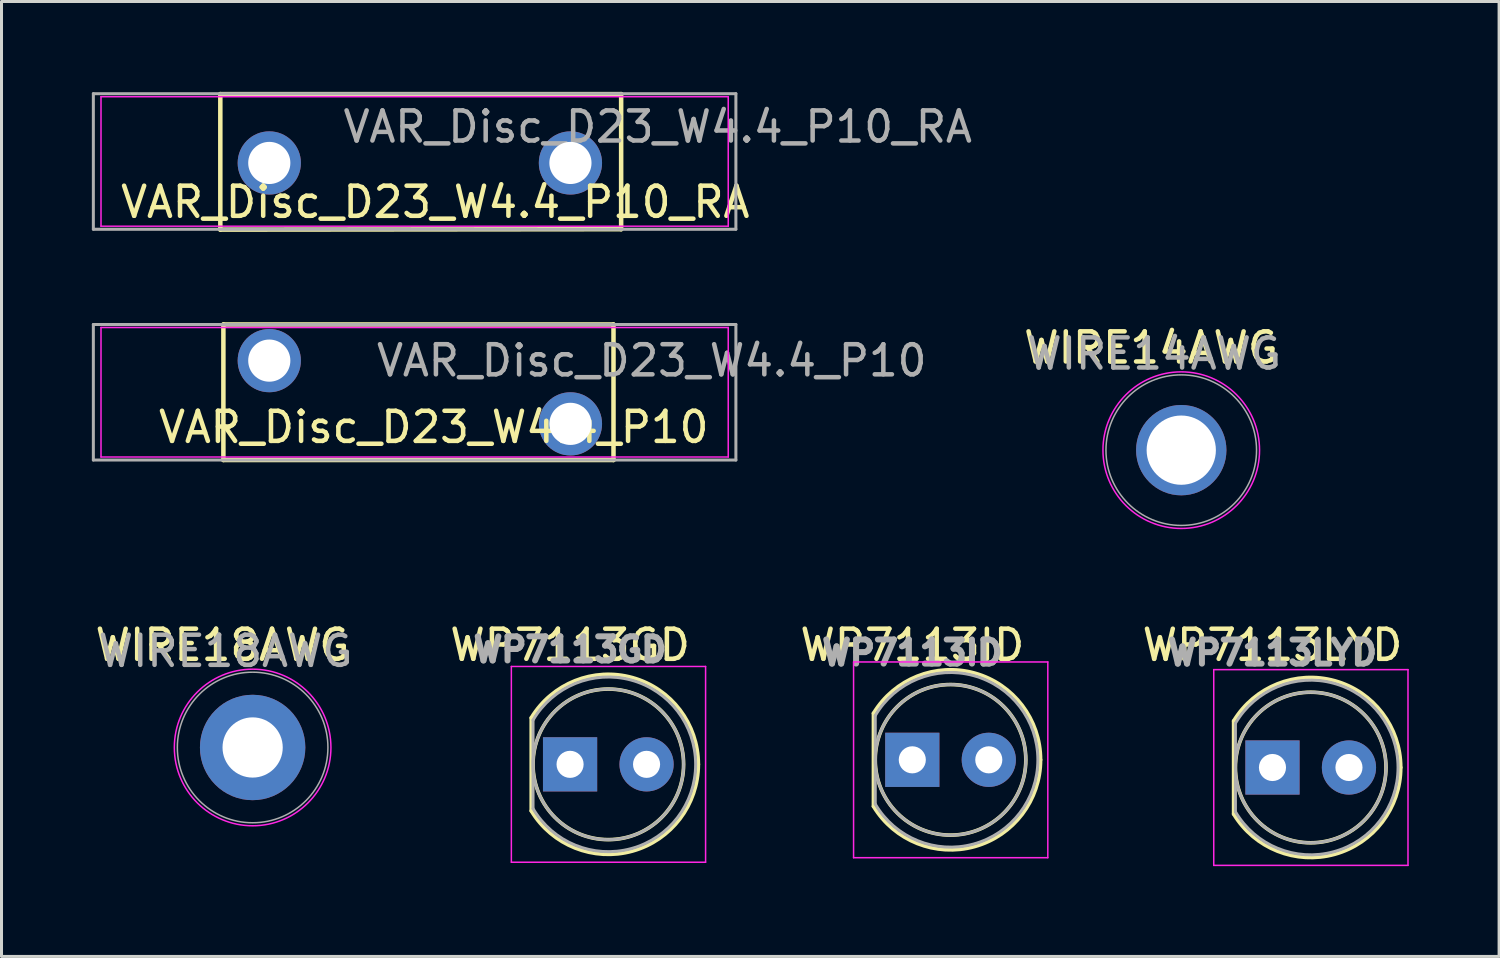
<source format=kicad_pcb>
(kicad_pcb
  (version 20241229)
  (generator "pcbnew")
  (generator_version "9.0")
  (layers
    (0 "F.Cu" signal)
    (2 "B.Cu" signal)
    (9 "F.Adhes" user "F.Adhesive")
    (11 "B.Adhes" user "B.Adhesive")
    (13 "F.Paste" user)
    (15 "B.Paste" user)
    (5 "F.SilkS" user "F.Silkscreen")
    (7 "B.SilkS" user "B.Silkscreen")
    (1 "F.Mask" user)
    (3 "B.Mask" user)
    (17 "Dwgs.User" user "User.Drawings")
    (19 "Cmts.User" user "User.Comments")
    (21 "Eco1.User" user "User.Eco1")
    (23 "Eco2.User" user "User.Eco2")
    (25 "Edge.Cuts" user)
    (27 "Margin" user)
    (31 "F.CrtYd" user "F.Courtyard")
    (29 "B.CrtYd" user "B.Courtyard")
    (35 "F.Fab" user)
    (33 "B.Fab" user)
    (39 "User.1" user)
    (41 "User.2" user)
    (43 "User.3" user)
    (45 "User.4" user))
  (footprint "WP7113LYD"
    (layer "F.Cu")
    (at 39.204 22.436)
    (property "Reference" "WP7113LYD" (at 0 -4.064 0) (layer "F.SilkS") (effects (font (size 1 1) (thickness 0.15))))
    (attr through_hole)
    (fp_line (start -1.29 -1.545) (end -1.29 1.545) (stroke (width 0.12) (type solid)) (layer "F.SilkS"))
    (fp_arc (start -1.29 -1.54483) (mid 2.072002 -2.880433) (end 4.26 0.000462) (stroke (width 0.12) (type solid)) (layer "F.SilkS"))
    (fp_arc (start 4.26 -0.000462) (mid 2.072002 2.880433) (end -1.29 1.54483) (stroke (width 0.12) (type solid)) (layer "F.SilkS"))
    (fp_circle (center 1.27 0) (end 3.77 0) (stroke (width 0.12) (type solid)) (fill no) (layer "F.SilkS"))
    (fp_line (start -1.95 -3.25) (end -1.95 3.25) (stroke (width 0.05) (type solid)) (layer "F.CrtYd"))
    (fp_line (start -1.95 3.25) (end 4.5 3.25) (stroke (width 0.05) (type solid)) (layer "F.CrtYd"))
    (fp_line (start 4.5 -3.25) (end -1.95 -3.25) (stroke (width 0.05) (type solid)) (layer "F.CrtYd"))
    (fp_line (start 4.5 3.25) (end 4.5 -3.25) (stroke (width 0.05) (type solid)) (layer "F.CrtYd"))
    (fp_line (start -1.23 -1.47) (end -1.23 1.47) (stroke (width 0.1) (type solid)) (layer "F.Fab"))
    (fp_arc (start -1.23 -1.469694) (mid 4.17 0.000016) (end -1.230016 1.469666) (stroke (width 0.1) (type solid)) (layer "F.Fab"))
    (fp_circle (center 1.27 0) (end 3.77 0) (stroke (width 0.1) (type solid)) (fill no) (layer "F.Fab"))
    (fp_text user "${REFERENCE}" (at 0 -3.81 0) (layer "F.Fab") (effects (font (size 0.8 0.8) (thickness 0.2))))
    (pad "1" thru_hole rect (at 0 0) (size 1.8 1.8) (drill 0.9) (layers "*.Cu" "*.Mask"))
    (pad "2" thru_hole circle (at 2.54 0) (size 1.8 1.8) (drill 0.9) (layers "*.Cu" "*.Mask")))
  (footprint "WP7113ID"
    (layer "F.Cu")
    (at 27.244 22.181)
    (property "Reference" "WP7113ID" (at 0 -3.81 0) (layer "F.SilkS") (effects (font (size 1 1) (thickness 0.15))))
    (attr through_hole)
    (fp_line (start -1.29 -1.545) (end -1.29 1.545) (stroke (width 0.12) (type solid)) (layer "F.SilkS"))
    (fp_arc (start -1.29 -1.54483) (mid 2.072002 -2.880433) (end 4.26 0.000462) (stroke (width 0.12) (type solid)) (layer "F.SilkS"))
    (fp_arc (start 4.26 -0.000462) (mid 2.072002 2.880433) (end -1.29 1.54483) (stroke (width 0.12) (type solid)) (layer "F.SilkS"))
    (fp_circle (center 1.27 0) (end 3.77 0) (stroke (width 0.12) (type solid)) (fill no) (layer "F.SilkS"))
    (fp_line (start -1.95 -3.25) (end -1.95 3.25) (stroke (width 0.05) (type solid)) (layer "F.CrtYd"))
    (fp_line (start -1.95 3.25) (end 4.5 3.25) (stroke (width 0.05) (type solid)) (layer "F.CrtYd"))
    (fp_line (start 4.5 -3.25) (end -1.95 -3.25) (stroke (width 0.05) (type solid)) (layer "F.CrtYd"))
    (fp_line (start 4.5 3.25) (end 4.5 -3.25) (stroke (width 0.05) (type solid)) (layer "F.CrtYd"))
    (fp_line (start -1.23 -1.47) (end -1.23 1.47) (stroke (width 0.1) (type solid)) (layer "F.Fab"))
    (fp_arc (start -1.23 -1.469694) (mid 4.17 0.000016) (end -1.230016 1.469666) (stroke (width 0.1) (type solid)) (layer "F.Fab"))
    (fp_circle (center 1.27 0) (end 3.77 0) (stroke (width 0.1) (type solid)) (fill no) (layer "F.Fab"))
    (fp_text user "${REFERENCE}" (at 0 -3.556 0) (layer "F.Fab") (effects (font (size 0.8 0.8) (thickness 0.2))))
    (pad "1" thru_hole rect (at 0 0) (size 1.8 1.8) (drill 0.9) (layers "*.Cu" "*.Mask"))
    (pad "2" thru_hole circle (at 2.54 0) (size 1.8 1.8) (drill 0.9) (layers "*.Cu" "*.Mask")))
  (footprint "VAR_Disc_D23_W4.4_P10"
    (layer "F.Cu")
    (at 5.892 8.925)
    (property "Reference" "VAR_Disc_D23_W4.4_P10" (at 5.461 2.21 0) (unlocked yes) (layer "F.SilkS") (effects (font (size 1 1) (thickness 0.15))))
    (attr through_hole)
    (fp_line (start -1.524 -1.2) (end -1.524 3.3) (stroke (width 0.15) (type solid)) (layer "F.SilkS"))
    (fp_line (start -1.524 -1.2) (end 11.43 -1.2) (stroke (width 0.15) (type solid)) (layer "F.SilkS"))
    (fp_line (start -1.524 3.3) (end 11.43 3.3) (stroke (width 0.15) (type solid)) (layer "F.SilkS"))
    (fp_line (start 11.43 -1.2) (end 11.43 3.3) (stroke (width 0.15) (type solid)) (layer "F.SilkS"))
    (fp_line (start -5.588 -1.1) (end -5.588 3.2) (stroke (width 0.05) (type solid)) (layer "F.CrtYd"))
    (fp_line (start -5.588 -1.1) (end 15.24 -1.1) (stroke (width 0.05) (type solid)) (layer "F.CrtYd"))
    (fp_line (start -5.588 3.2) (end 15.24 3.2) (stroke (width 0.05) (type solid)) (layer "F.CrtYd"))
    (fp_line (start 15.24 -1.1) (end 15.24 3.2) (stroke (width 0.05) (type solid)) (layer "F.CrtYd"))
    (fp_line (start -5.842 -1.2) (end -5.842 3.3) (stroke (width 0.1) (type solid)) (layer "F.Fab"))
    (fp_line (start -5.842 -1.2) (end 15.494 -1.2) (stroke (width 0.1) (type solid)) (layer "F.Fab"))
    (fp_line (start -5.842 3.302) (end 15.494 3.302) (stroke (width 0.1) (type solid)) (layer "F.Fab"))
    (fp_line (start 15.494 -1.2) (end 15.494 3.3) (stroke (width 0.1) (type solid)) (layer "F.Fab"))
    (fp_text user "${REFERENCE}" (at 12.7 0 0) (layer "F.Fab") (effects (font (size 1 1) (thickness 0.15))))
    (pad "1" thru_hole circle (at 0 0) (size 2.1 2.1) (drill 1.4) (layers "*.Cu" "*.Mask"))
    (pad "2" thru_hole circle (at 10 2.1) (size 2.1 2.1) (drill 1.4) (layers "*.Cu" "*.Mask")))
  (footprint "VAR_Disc_D23_W4.4_P10_RA"
    (layer "F.Cu")
    (at 5.892 2.361)
    (property "Reference" "VAR_Disc_D23_W4.4_P10_RA" (at 5.512 1.3 0) (unlocked yes) (layer "F.SilkS") (effects (font (size 1 1) (thickness 0.15))))
    (attr through_hole)
    (fp_line (start -1.626 -2.286) (end -1.626 2.214) (stroke (width 0.15) (type solid)) (layer "F.SilkS"))
    (fp_line (start -1.626 -2.286) (end 11.684 -2.286) (stroke (width 0.15) (type solid)) (layer "F.SilkS"))
    (fp_line (start -1.626 2.214) (end 11.684 2.2) (stroke (width 0.15) (type solid)) (layer "F.SilkS"))
    (fp_line (start 11.684 -2.286) (end 11.684 2.2) (stroke (width 0.15) (type solid)) (layer "F.SilkS"))
    (fp_line (start -5.588 -2.2) (end -5.588 2.1) (stroke (width 0.05) (type solid)) (layer "F.CrtYd"))
    (fp_line (start -5.588 -2.2) (end 15.24 -2.2) (stroke (width 0.05) (type solid)) (layer "F.CrtYd"))
    (fp_line (start -5.588 2.1) (end 15.24 2.1) (stroke (width 0.05) (type solid)) (layer "F.CrtYd"))
    (fp_line (start 15.24 -2.2) (end 15.24 2.1) (stroke (width 0.05) (type solid)) (layer "F.CrtYd"))
    (fp_line (start -5.842 -2.3) (end -5.842 2.2) (stroke (width 0.1) (type solid)) (layer "F.Fab"))
    (fp_line (start -5.842 -2.3) (end 15.494 -2.3) (stroke (width 0.1) (type solid)) (layer "F.Fab"))
    (fp_line (start -5.842 2.202) (end 15.494 2.202) (stroke (width 0.1) (type solid)) (layer "F.Fab"))
    (fp_line (start 15.494 -2.3) (end 15.494 2.2) (stroke (width 0.1) (type solid)) (layer "F.Fab"))
    (fp_text user "${REFERENCE}" (at 12.9 -1.2 0) (layer "F.Fab") (effects (font (size 1 1) (thickness 0.15))))
    (pad "1" thru_hole circle (at 0 0) (size 2.1 2.1) (drill 1.4) (layers "*.Cu" "*.Mask"))
    (pad "2" thru_hole circle (at 10 0) (size 2.1 2.1) (drill 1.4) (layers "*.Cu" "*.Mask")))
  (footprint "WIRE14AWG"
    (layer "F.Cu")
    (at 36.175 11.898)
    (property "Reference" "WIRE14AWG" (at -1 -3.4 0) (unlocked yes) (layer "F.SilkS") (effects (font (size 1 1) (thickness 0.15))))
    (attr through_hole)
    (fp_circle (center 0 0) (end 2.6 0) (stroke (width 0.05) (type solid)) (fill no) (layer "F.CrtYd"))
    (fp_circle (center 0 0) (end 2.5 0) (stroke (width 0.05) (type solid)) (fill no) (layer "F.Fab"))
    (fp_text user "${REFERENCE}" (at -0.9 -3.2 0) (layer "F.Fab") (effects (font (size 1 1) (thickness 0.15))))
    (pad "1" thru_hole circle (at 0 0) (size 3 3) (drill 2.3) (layers "*.Cu" "*.Mask")))
  (footprint "WIRE18AWG"
    (layer "F.Cu")
    (at 5.339 21.771)
    (property "Reference" "WIRE18AWG" (at -1 -3.4 0) (unlocked yes) (layer "F.SilkS") (effects (font (size 1 1) (thickness 0.15))))
    (attr through_hole)
    (fp_circle (center 0 0) (end 2.6 0) (stroke (width 0.05) (type solid)) (fill no) (layer "F.CrtYd"))
    (fp_circle (center 0 0) (end 2.5 0) (stroke (width 0.05) (type solid)) (fill no) (layer "F.Fab"))
    (fp_text user "${REFERENCE}" (at -0.9 -3.2 0) (layer "F.Fab") (effects (font (size 1 1) (thickness 0.15))))
    (pad "1" thru_hole circle (at 0 0) (size 3.5 3.5) (drill 2) (layers "*.Cu" "*.Mask")))
  (footprint "WP7113GD"
    (layer "F.Cu")
    (at 15.88 22.331)
    (property "Reference" "WP7113GD" (at 0 -3.96 0) (layer "F.SilkS") (effects (font (size 1 1) (thickness 0.15))))
    (attr through_hole)
    (fp_line (start -1.29 -1.545) (end -1.29 1.545) (stroke (width 0.12) (type solid)) (layer "F.SilkS"))
    (fp_arc (start -1.29 -1.54483) (mid 2.072002 -2.880433) (end 4.26 0.000462) (stroke (width 0.12) (type solid)) (layer "F.SilkS"))
    (fp_arc (start 4.26 -0.000462) (mid 2.072002 2.880433) (end -1.29 1.54483) (stroke (width 0.12) (type solid)) (layer "F.SilkS"))
    (fp_circle (center 1.27 0) (end 3.77 0) (stroke (width 0.12) (type solid)) (fill no) (layer "F.SilkS"))
    (fp_line (start -1.95 -3.25) (end -1.95 3.25) (stroke (width 0.05) (type solid)) (layer "F.CrtYd"))
    (fp_line (start -1.95 3.25) (end 4.5 3.25) (stroke (width 0.05) (type solid)) (layer "F.CrtYd"))
    (fp_line (start 4.5 -3.25) (end -1.95 -3.25) (stroke (width 0.05) (type solid)) (layer "F.CrtYd"))
    (fp_line (start 4.5 3.25) (end 4.5 -3.25) (stroke (width 0.05) (type solid)) (layer "F.CrtYd"))
    (fp_line (start -1.23 -1.47) (end -1.23 1.47) (stroke (width 0.1) (type solid)) (layer "F.Fab"))
    (fp_arc (start -1.23 -1.469694) (mid 4.17 0.000016) (end -1.230016 1.469666) (stroke (width 0.1) (type solid)) (layer "F.Fab"))
    (fp_circle (center 1.27 0) (end 3.77 0) (stroke (width 0.1) (type solid)) (fill no) (layer "F.Fab"))
    (fp_text user "${REFERENCE}" (at 0 -3.81 0) (layer "F.Fab") (effects (font (size 0.8 0.8) (thickness 0.2))))
    (pad "1" thru_hole rect (at 0 0) (size 1.8 1.8) (drill 0.9) (layers "*.Cu" "*.Mask"))
    (pad "2" thru_hole circle (at 2.54 0) (size 1.8 1.8) (drill 0.9) (layers "*.Cu" "*.Mask")))
  (gr_rect
    (start -3 -3)
    (end 46.729 28.71)
    (stroke (width 0.1) (type default))
    (fill no)
    (layer "Edge.Cuts")))
</source>
